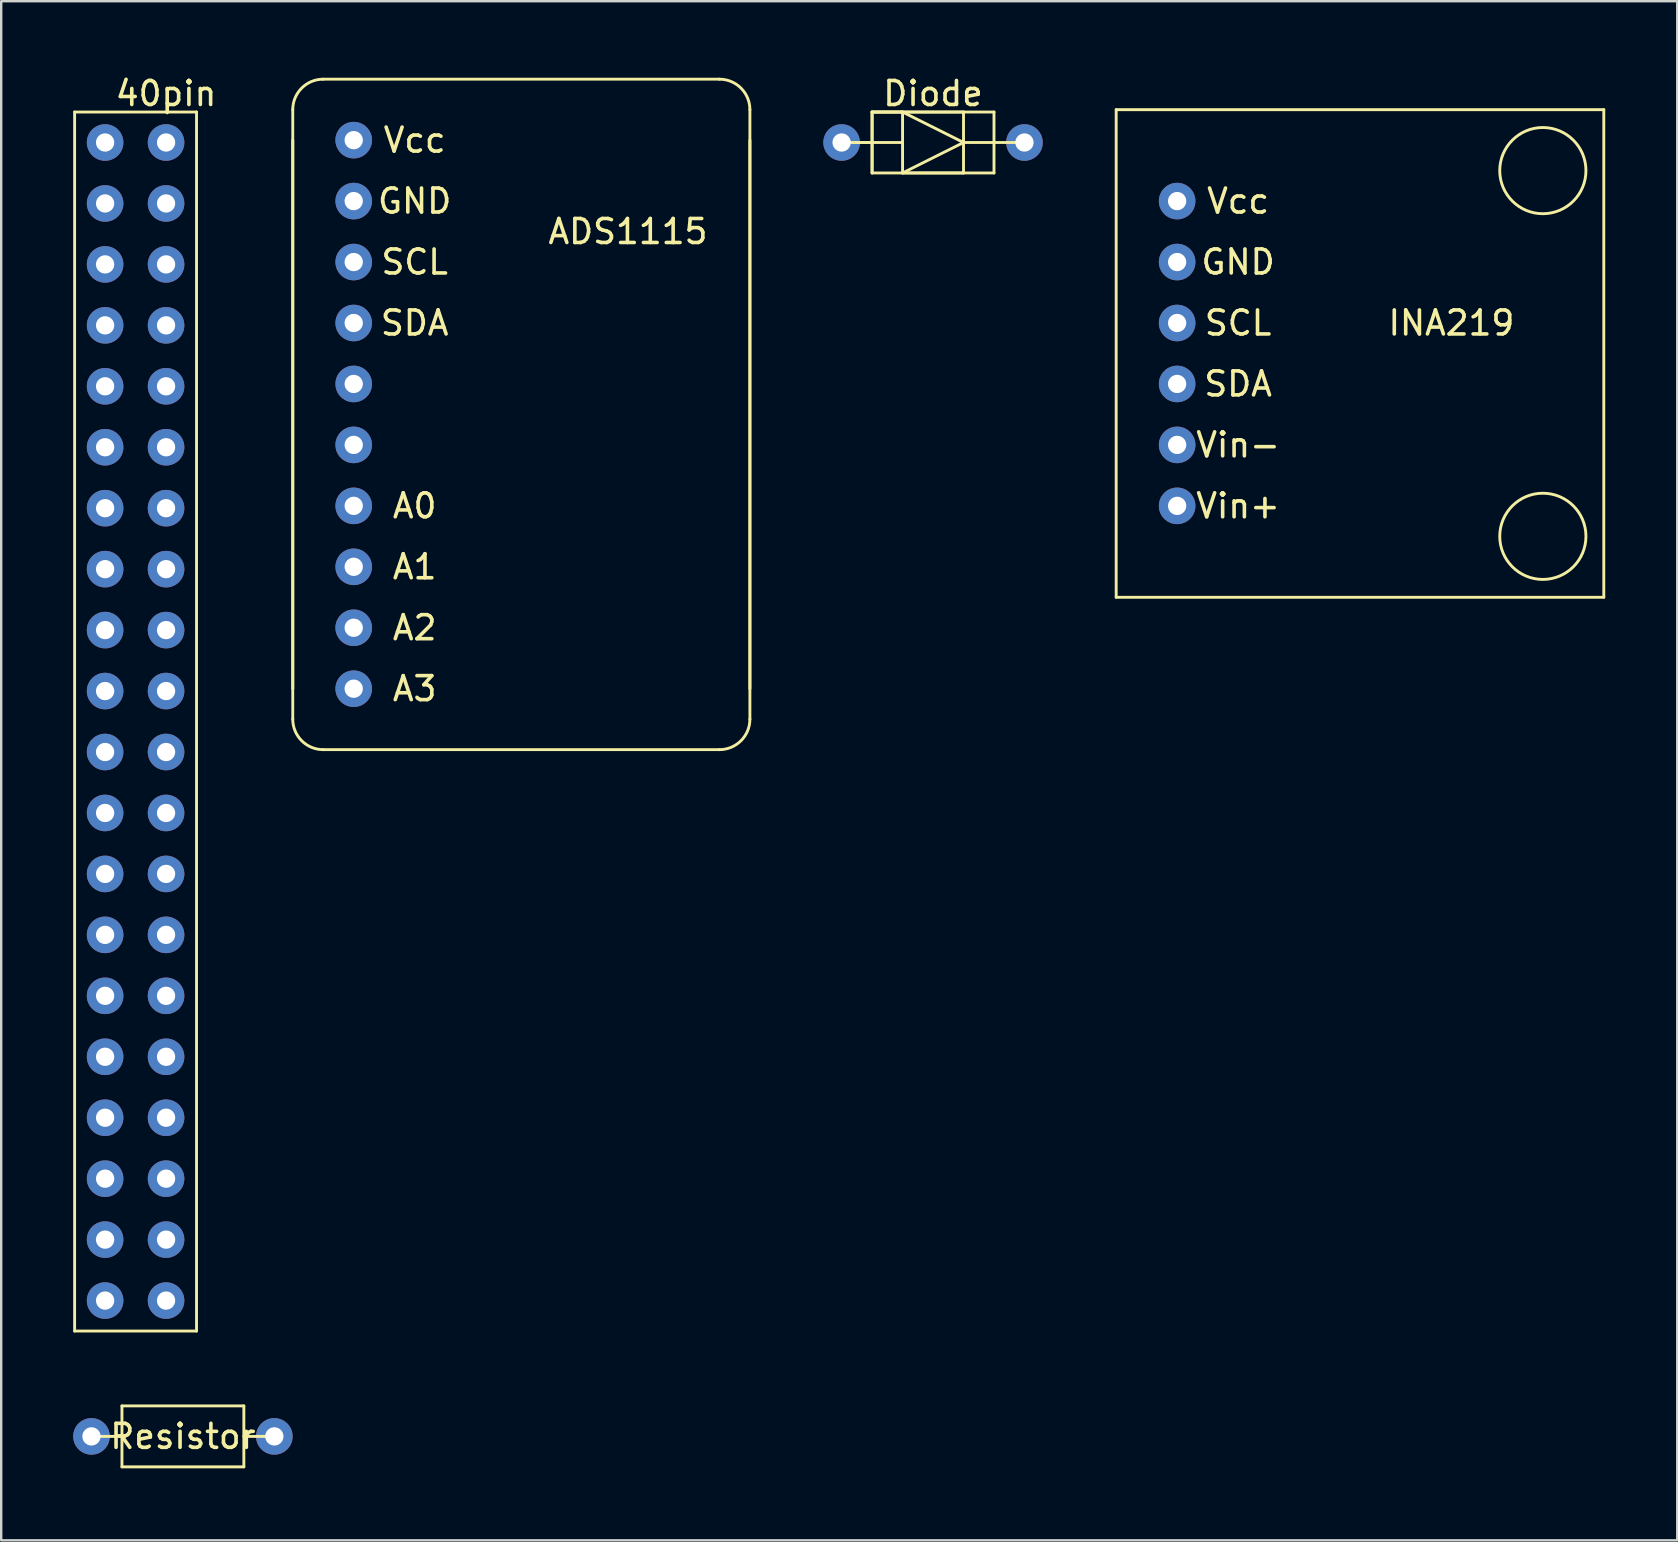
<source format=kicad_pcb>
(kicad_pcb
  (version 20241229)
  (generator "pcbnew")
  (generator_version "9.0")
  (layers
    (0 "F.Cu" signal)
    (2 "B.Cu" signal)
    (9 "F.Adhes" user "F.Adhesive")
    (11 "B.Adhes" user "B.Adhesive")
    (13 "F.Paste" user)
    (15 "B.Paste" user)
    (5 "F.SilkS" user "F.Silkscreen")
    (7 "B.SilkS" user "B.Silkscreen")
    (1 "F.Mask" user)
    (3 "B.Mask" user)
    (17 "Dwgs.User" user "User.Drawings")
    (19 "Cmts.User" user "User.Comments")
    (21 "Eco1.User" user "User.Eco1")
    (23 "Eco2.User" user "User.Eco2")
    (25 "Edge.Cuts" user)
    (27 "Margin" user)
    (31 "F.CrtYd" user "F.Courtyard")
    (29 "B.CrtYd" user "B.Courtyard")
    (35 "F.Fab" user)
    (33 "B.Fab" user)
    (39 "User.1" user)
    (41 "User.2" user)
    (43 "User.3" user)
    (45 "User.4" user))
  (footprint "40pin"
    (layer "F.Cu")
    (at 3.87 0.348)
    (property "Reference" "40pin" (at 0 0.5 0) (layer "F.SilkS") (effects (font (size 1 1) (thickness 0.15))))
    (attr through_hole)
    (fp_line (start -3.81 1.27) (end -3.81 52.07) (stroke (width 0.12) (type solid)) (layer "F.SilkS"))
    (fp_line (start -3.81 52.07) (end 1.27 52.07) (stroke (width 0.12) (type solid)) (layer "F.SilkS"))
    (fp_line (start 1.27 1.27) (end -3.81 1.27) (stroke (width 0.12) (type solid)) (layer "F.SilkS"))
    (fp_line (start 1.27 52.07) (end 1.27 1.27) (stroke (width 0.12) (type solid)) (layer "F.SilkS"))
    (pad "1" thru_hole circle (at -2.54 2.54) (size 1.524 1.524) (drill 0.762) (layers "*.Cu" "*.Mask"))
    (pad "2" thru_hole circle (at 0 2.54) (size 1.524 1.524) (drill 0.762) (layers "*.Cu" "*.Mask"))
    (pad "3" thru_hole circle (at -2.54 5.08) (size 1.524 1.524) (drill 0.762) (layers "*.Cu" "*.Mask"))
    (pad "4" thru_hole circle (at 0 5.08) (size 1.524 1.524) (drill 0.762) (layers "*.Cu" "*.Mask"))
    (pad "5" thru_hole circle (at -2.54 7.62) (size 1.524 1.524) (drill 0.762) (layers "*.Cu" "*.Mask"))
    (pad "6" thru_hole circle (at 0 7.62) (size 1.524 1.524) (drill 0.762) (layers "*.Cu" "*.Mask"))
    (pad "7" thru_hole circle (at -2.54 10.16) (size 1.524 1.524) (drill 0.762) (layers "*.Cu" "*.Mask"))
    (pad "8" thru_hole circle (at 0 10.16) (size 1.524 1.524) (drill 0.762) (layers "*.Cu" "*.Mask"))
    (pad "9" thru_hole circle (at -2.54 12.7) (size 1.524 1.524) (drill 0.762) (layers "*.Cu" "*.Mask"))
    (pad "10" thru_hole circle (at 0 12.7) (size 1.524 1.524) (drill 0.762) (layers "*.Cu" "*.Mask"))
    (pad "11" thru_hole circle (at -2.54 15.24) (size 1.524 1.524) (drill 0.762) (layers "*.Cu" "*.Mask"))
    (pad "12" thru_hole circle (at 0 15.24) (size 1.524 1.524) (drill 0.762) (layers "*.Cu" "*.Mask"))
    (pad "13" thru_hole circle (at -2.54 17.78) (size 1.524 1.524) (drill 0.762) (layers "*.Cu" "*.Mask"))
    (pad "14" thru_hole circle (at 0 17.78) (size 1.524 1.524) (drill 0.762) (layers "*.Cu" "*.Mask"))
    (pad "15" thru_hole circle (at -2.54 20.32) (size 1.524 1.524) (drill 0.762) (layers "*.Cu" "*.Mask"))
    (pad "16" thru_hole circle (at 0 20.32) (size 1.524 1.524) (drill 0.762) (layers "*.Cu" "*.Mask"))
    (pad "17" thru_hole circle (at -2.54 22.86) (size 1.524 1.524) (drill 0.762) (layers "*.Cu" "*.Mask"))
    (pad "18" thru_hole circle (at 0 22.86) (size 1.524 1.524) (drill 0.762) (layers "*.Cu" "*.Mask"))
    (pad "19" thru_hole circle (at -2.54 25.4) (size 1.524 1.524) (drill 0.762) (layers "*.Cu" "*.Mask"))
    (pad "20" thru_hole circle (at 0 25.4) (size 1.524 1.524) (drill 0.762) (layers "*.Cu" "*.Mask"))
    (pad "21" thru_hole circle (at -2.54 27.94) (size 1.524 1.524) (drill 0.762) (layers "*.Cu" "*.Mask"))
    (pad "22" thru_hole circle (at 0 27.94) (size 1.524 1.524) (drill 0.762) (layers "*.Cu" "*.Mask"))
    (pad "23" thru_hole circle (at -2.54 30.48) (size 1.524 1.524) (drill 0.762) (layers "*.Cu" "*.Mask"))
    (pad "24" thru_hole circle (at 0 30.48) (size 1.524 1.524) (drill 0.762) (layers "*.Cu" "*.Mask"))
    (pad "25" thru_hole circle (at -2.54 33.02) (size 1.524 1.524) (drill 0.762) (layers "*.Cu" "*.Mask"))
    (pad "26" thru_hole circle (at 0 33.02) (size 1.524 1.524) (drill 0.762) (layers "*.Cu" "*.Mask"))
    (pad "27" thru_hole circle (at -2.54 35.56) (size 1.524 1.524) (drill 0.762) (layers "*.Cu" "*.Mask"))
    (pad "28" thru_hole circle (at 0 35.56) (size 1.524 1.524) (drill 0.762) (layers "*.Cu" "*.Mask"))
    (pad "29" thru_hole circle (at -2.54 38.1) (size 1.524 1.524) (drill 0.762) (layers "*.Cu" "*.Mask"))
    (pad "30" thru_hole circle (at 0 38.1) (size 1.524 1.524) (drill 0.762) (layers "*.Cu" "*.Mask"))
    (pad "31" thru_hole circle (at -2.54 40.64) (size 1.524 1.524) (drill 0.762) (layers "*.Cu" "*.Mask"))
    (pad "32" thru_hole circle (at 0 40.64) (size 1.524 1.524) (drill 0.762) (layers "*.Cu" "*.Mask"))
    (pad "33" thru_hole circle (at -2.54 43.18) (size 1.524 1.524) (drill 0.762) (layers "*.Cu" "*.Mask"))
    (pad "34" thru_hole circle (at 0 43.18) (size 1.524 1.524) (drill 0.762) (layers "*.Cu" "*.Mask"))
    (pad "35" thru_hole circle (at -2.54 45.72) (size 1.524 1.524) (drill 0.762) (layers "*.Cu" "*.Mask"))
    (pad "36" thru_hole circle (at 0 45.72) (size 1.524 1.524) (drill 0.762) (layers "*.Cu" "*.Mask"))
    (pad "37" thru_hole circle (at -2.54 48.26) (size 1.524 1.524) (drill 0.762) (layers "*.Cu" "*.Mask"))
    (pad "38" thru_hole circle (at 0 48.26) (size 1.524 1.524) (drill 0.762) (layers "*.Cu" "*.Mask"))
    (pad "39" thru_hole circle (at -2.54 50.8) (size 1.524 1.524) (drill 0.762) (layers "*.Cu" "*.Mask"))
    (pad "40" thru_hole circle (at 0 50.8) (size 1.524 1.524) (drill 0.762) (layers "*.Cu" "*.Mask")))
  (footprint "ADS1115"
    (layer "F.Cu")
    (at 15.5 0.25)
    (property "Reference" "ADS1115" (at 7.62 6.35 0) (layer "F.SilkS") (effects (font (size 1 1) (thickness 0.15))))
    (attr through_hole)
    (fp_line (start -6.35 2.54) (end -6.35 25.4) (stroke (width 0.12) (type solid)) (layer "F.SilkS"))
    (fp_line (start -6.35 26.67) (end -6.35 1.27) (stroke (width 0.12) (type solid)) (layer "F.SilkS"))
    (fp_line (start -5.08 27.94) (end 11.43 27.94) (stroke (width 0.12) (type solid)) (layer "F.SilkS"))
    (fp_line (start 11.43 0) (end -5.08 0) (stroke (width 0.12) (type solid)) (layer "F.SilkS"))
    (fp_line (start 12.7 1.27) (end 12.7 26.67) (stroke (width 0.12) (type solid)) (layer "F.SilkS"))
    (fp_line (start 12.7 25.4) (end 12.7 2.54) (stroke (width 0.12) (type solid)) (layer "F.SilkS"))
    (fp_arc (start -6.35 1.27) (mid -5.978026 0.371974) (end -5.08 0) (stroke (width 0.12) (type solid)) (layer "F.SilkS"))
    (fp_arc (start -5.08 27.94) (mid -5.978026 27.568026) (end -6.35 26.67) (stroke (width 0.12) (type solid)) (layer "F.SilkS"))
    (fp_arc (start 11.43 0) (mid 12.328026 0.371974) (end 12.7 1.27) (stroke (width 0.12) (type solid)) (layer "F.SilkS"))
    (fp_arc (start 12.7 26.67) (mid 12.328026 27.568026) (end 11.43 27.94) (stroke (width 0.12) (type solid)) (layer "F.SilkS"))
    (fp_text user "A3" (at -1.27 25.4 0) (layer "F.SilkS") (effects (font (size 1 1) (thickness 0.15))))
    (fp_text user "A0" (at -1.27 17.78 0) (layer "F.SilkS") (effects (font (size 1 1) (thickness 0.15))))
    (fp_text user "GND" (at -1.27 5.08 0) (layer "F.SilkS") (effects (font (size 1 1) (thickness 0.15))))
    (fp_text user "A1" (at -1.27 20.32 0) (layer "F.SilkS") (effects (font (size 1 1) (thickness 0.15))))
    (fp_text user "SCL" (at -1.27 7.62 0) (layer "F.SilkS") (effects (font (size 1 1) (thickness 0.15))))
    (fp_text user "SDA" (at -1.27 10.16 0) (layer "F.SilkS") (effects (font (size 1 1) (thickness 0.15))))
    (fp_text user "Vcc" (at -1.27 2.54 0) (layer "F.SilkS") (effects (font (size 1 1) (thickness 0.15))))
    (fp_text user "A2" (at -1.27 22.86 0) (layer "F.SilkS") (effects (font (size 1 1) (thickness 0.15))))
    (pad "1" thru_hole circle (at -3.81 2.54) (size 1.524 1.524) (drill 0.762) (layers "*.Cu" "*.Mask"))
    (pad "2" thru_hole circle (at -3.81 5.08) (size 1.524 1.524) (drill 0.762) (layers "*.Cu" "*.Mask"))
    (pad "3" thru_hole circle (at -3.81 7.62) (size 1.524 1.524) (drill 0.762) (layers "*.Cu" "*.Mask"))
    (pad "4" thru_hole circle (at -3.81 10.16) (size 1.524 1.524) (drill 0.762) (layers "*.Cu" "*.Mask"))
    (pad "5" thru_hole circle (at -3.81 12.7) (size 1.524 1.524) (drill 0.762) (layers "*.Cu" "*.Mask"))
    (pad "6" thru_hole circle (at -3.81 15.24) (size 1.524 1.524) (drill 0.762) (layers "*.Cu" "*.Mask"))
    (pad "7" thru_hole circle (at -3.81 17.78) (size 1.524 1.524) (drill 0.762) (layers "*.Cu" "*.Mask"))
    (pad "8" thru_hole circle (at -3.81 20.32) (size 1.524 1.524) (drill 0.762) (layers "*.Cu" "*.Mask"))
    (pad "9" thru_hole circle (at -3.81 22.86) (size 1.524 1.524) (drill 0.762) (layers "*.Cu" "*.Mask"))
    (pad "10" thru_hole circle (at -3.81 25.4) (size 1.524 1.524) (drill 0.762) (layers "*.Cu" "*.Mask")))
  (footprint "Resistor"
    (layer "F.Cu")
    (at 0.762 56.808)
    (property "Reference" "Resistor" (at 3.81 0 0) (layer "F.SilkS") (effects (font (size 1 1) (thickness 0.15))))
    (attr through_hole)
    (fp_line (start 1.27 -1.27) (end 6.35 -1.27) (stroke (width 0.12) (type solid)) (layer "F.SilkS"))
    (fp_line (start 1.27 0) (end 0 0) (stroke (width 0.12) (type solid)) (layer "F.SilkS"))
    (fp_line (start 1.27 1.27) (end 1.27 -1.27) (stroke (width 0.12) (type solid)) (layer "F.SilkS"))
    (fp_line (start 6.35 -1.27) (end 6.35 1.27) (stroke (width 0.12) (type solid)) (layer "F.SilkS"))
    (fp_line (start 6.35 0) (end 7.62 0) (stroke (width 0.12) (type solid)) (layer "F.SilkS"))
    (fp_line (start 6.35 1.27) (end 1.27 1.27) (stroke (width 0.12) (type solid)) (layer "F.SilkS"))
    (pad "1" thru_hole circle (at 0 0) (size 1.524 1.524) (drill 0.762) (layers "*.Cu" "*.Mask"))
    (pad "2" thru_hole circle (at 7.62 0) (size 1.524 1.524) (drill 0.762) (layers "*.Cu" "*.Mask")))
  (footprint "INA219"
    (layer "F.Cu")
    (at 51.084 0.25)
    (property "Reference" "INA219" (at 6.35 10.16 0) (layer "F.SilkS") (effects (font (size 1 1) (thickness 0.15))))
    (attr through_hole)
    (fp_line (start -7.62 1.27) (end 12.7 1.27) (stroke (width 0.12) (type solid)) (layer "F.SilkS"))
    (fp_line (start -7.62 21.59) (end -7.62 1.27) (stroke (width 0.12) (type solid)) (layer "F.SilkS"))
    (fp_line (start 12.7 1.27) (end 12.7 21.59) (stroke (width 0.12) (type solid)) (layer "F.SilkS"))
    (fp_line (start 12.7 21.59) (end -7.62 21.59) (stroke (width 0.12) (type solid)) (layer "F.SilkS"))
    (fp_circle (center 10.16 3.81) (end 11.43 2.54) (stroke (width 0.12) (type solid)) (fill no) (layer "F.SilkS"))
    (fp_circle (center 10.16 19.05) (end 11.43 20.32) (stroke (width 0.12) (type solid)) (fill no) (layer "F.SilkS"))
    (fp_text user "Vcc" (at -2.54 5.08 0) (layer "F.SilkS") (effects (font (size 1 1) (thickness 0.15))))
    (fp_text user "Vin+" (at -2.54 17.78 0) (layer "F.SilkS") (effects (font (size 1 1) (thickness 0.15))))
    (fp_text user "SDA" (at -2.54 12.7 0) (layer "F.SilkS") (effects (font (size 1 1) (thickness 0.15))))
    (fp_text user "Vin-" (at -2.54 15.24 0) (layer "F.SilkS") (effects (font (size 1 1) (thickness 0.15))))
    (fp_text user "GND" (at -2.54 7.62 0) (layer "F.SilkS") (effects (font (size 1 1) (thickness 0.15))))
    (fp_text user "SCL" (at -2.54 10.16 0) (layer "F.SilkS") (effects (font (size 1 1) (thickness 0.15))))
    (pad "1" thru_hole circle (at -5.08 5.08) (size 1.524 1.524) (drill 0.762) (layers "*.Cu" "*.Mask"))
    (pad "2" thru_hole circle (at -5.08 7.62) (size 1.524 1.524) (drill 0.762) (layers "*.Cu" "*.Mask"))
    (pad "3" thru_hole circle (at -5.08 10.16) (size 1.524 1.524) (drill 0.762) (layers "*.Cu" "*.Mask"))
    (pad "4" thru_hole circle (at -5.08 12.7) (size 1.524 1.524) (drill 0.762) (layers "*.Cu" "*.Mask"))
    (pad "5" thru_hole circle (at -5.08 15.24) (size 1.524 1.524) (drill 0.762) (layers "*.Cu" "*.Mask"))
    (pad "6" thru_hole circle (at -5.08 17.78) (size 1.524 1.524) (drill 0.762) (layers "*.Cu" "*.Mask")))
  (footprint "Diode"
    (layer "F.Cu")
    (at 35.832 0.348)
    (property "Reference" "Diode" (at 0 0.5 0) (layer "F.SilkS") (effects (font (size 1 1) (thickness 0.15))))
    (attr through_hole)
    (fp_line (start -3.81 2.54) (end -2.54 2.54) (stroke (width 0.12) (type solid)) (layer "F.SilkS"))
    (fp_line (start -2.54 1.27) (end -2.54 2.54) (stroke (width 0.12) (type solid)) (layer "F.SilkS"))
    (fp_line (start -2.54 1.27) (end -2.54 3.81) (stroke (width 0.12) (type solid)) (layer "F.SilkS"))
    (fp_line (start -2.54 1.27) (end -1.27 1.27) (stroke (width 0.12) (type solid)) (layer "F.SilkS"))
    (fp_line (start -2.54 2.54) (end -3.81 2.54) (stroke (width 0.12) (type solid)) (layer "F.SilkS"))
    (fp_line (start -2.54 2.54) (end -2.54 3.81) (stroke (width 0.12) (type solid)) (layer "F.SilkS"))
    (fp_line (start -2.54 3.81) (end 2.54 3.81) (stroke (width 0.12) (type solid)) (layer "F.SilkS"))
    (fp_line (start -1.27 1.27) (end 1.27 2.54) (stroke (width 0.12) (type solid)) (layer "F.SilkS"))
    (fp_line (start -1.27 2.54) (end -2.54 2.54) (stroke (width 0.12) (type solid)) (layer "F.SilkS"))
    (fp_line (start -1.27 3.81) (end -1.27 1.27) (stroke (width 0.12) (type solid)) (layer "F.SilkS"))
    (fp_line (start -1.27 3.81) (end 1.27 3.81) (stroke (width 0.12) (type solid)) (layer "F.SilkS"))
    (fp_line (start 1.27 1.27) (end -2.54 1.27) (stroke (width 0.12) (type solid)) (layer "F.SilkS"))
    (fp_line (start 1.27 2.54) (end -1.27 3.81) (stroke (width 0.12) (type solid)) (layer "F.SilkS"))
    (fp_line (start 1.27 2.54) (end 1.27 1.27) (stroke (width 0.12) (type solid)) (layer "F.SilkS"))
    (fp_line (start 1.27 2.54) (end 2.54 2.54) (stroke (width 0.12) (type solid)) (layer "F.SilkS"))
    (fp_line (start 1.27 3.81) (end 1.27 2.54) (stroke (width 0.12) (type solid)) (layer "F.SilkS"))
    (fp_line (start 2.54 1.27) (end -2.54 1.27) (stroke (width 0.12) (type solid)) (layer "F.SilkS"))
    (fp_line (start 2.54 3.81) (end 2.54 1.27) (stroke (width 0.12) (type solid)) (layer "F.SilkS"))
    (fp_line (start 3.81 2.54) (end 2.54 2.54) (stroke (width 0.12) (type solid)) (layer "F.SilkS"))
    (pad "1" thru_hole circle (at -3.81 2.54) (size 1.524 1.524) (drill 0.762) (layers "*.Cu" "*.Mask"))
    (pad "2" thru_hole circle (at 3.81 2.54) (size 1.524 1.524) (drill 0.762) (layers "*.Cu" "*.Mask")))
  (gr_rect
    (start -3 -3)
    (end 66.844 61.138)
    (stroke (width 0.1) (type default))
    (fill no)
    (layer "Edge.Cuts")))
</source>
